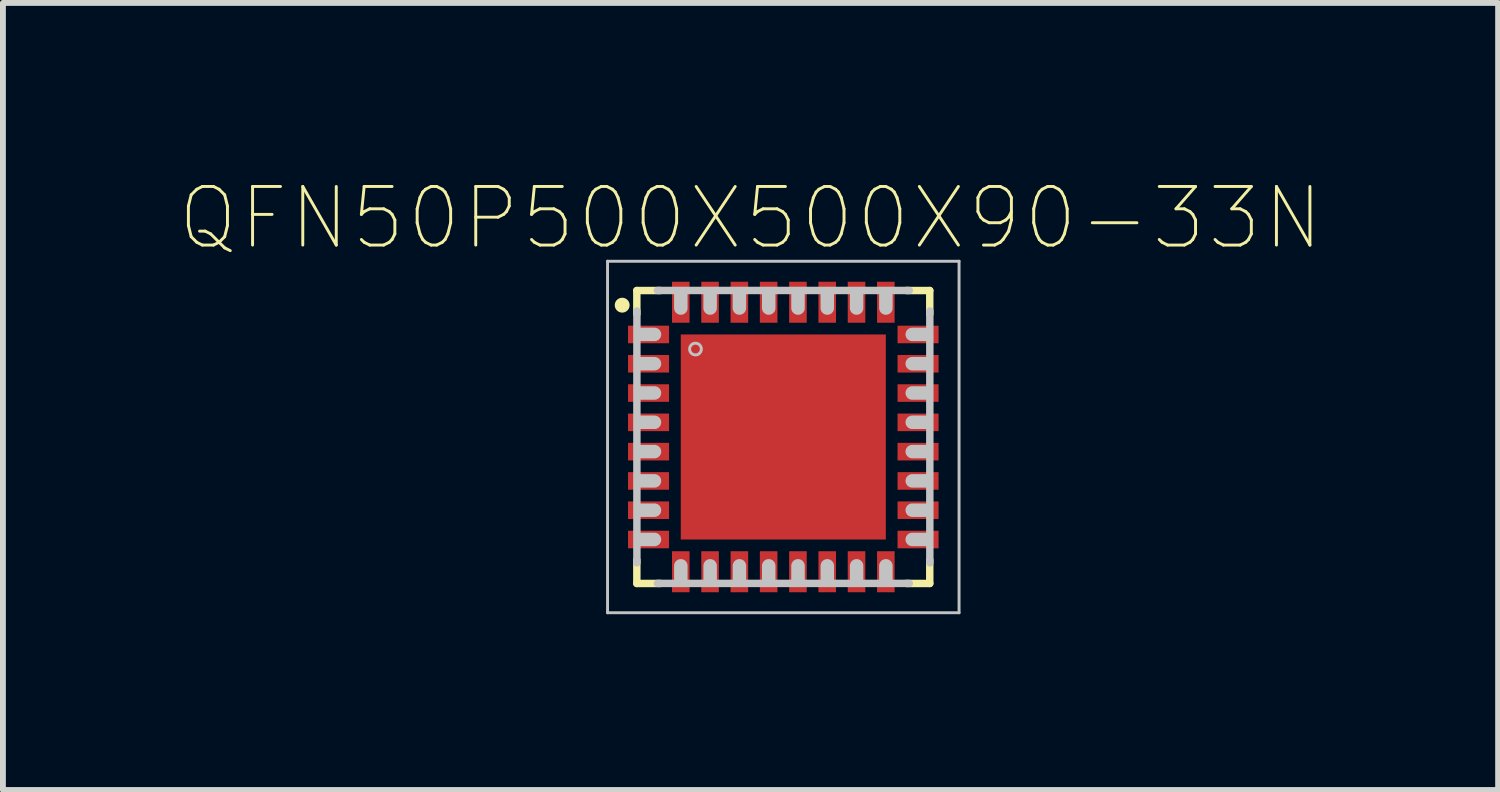
<source format=kicad_pcb>
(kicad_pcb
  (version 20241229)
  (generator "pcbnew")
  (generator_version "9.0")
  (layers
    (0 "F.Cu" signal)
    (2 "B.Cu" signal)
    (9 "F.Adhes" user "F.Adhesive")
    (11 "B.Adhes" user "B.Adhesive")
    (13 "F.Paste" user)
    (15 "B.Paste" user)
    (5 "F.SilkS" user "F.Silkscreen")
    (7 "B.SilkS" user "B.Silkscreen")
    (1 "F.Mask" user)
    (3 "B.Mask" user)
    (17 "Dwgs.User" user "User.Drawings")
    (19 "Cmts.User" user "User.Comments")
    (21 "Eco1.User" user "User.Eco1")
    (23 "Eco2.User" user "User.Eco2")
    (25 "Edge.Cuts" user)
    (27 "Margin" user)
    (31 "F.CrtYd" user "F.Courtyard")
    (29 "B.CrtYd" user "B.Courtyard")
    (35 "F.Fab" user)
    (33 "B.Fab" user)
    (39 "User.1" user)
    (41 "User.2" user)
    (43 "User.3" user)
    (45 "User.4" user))
  (footprint "QFN50P500X500X90-33N"
    (layer "F.Cu")
    (at 10.32 4.409)
    (property "Reference" "QFN50P500X500X90-33N" (at -0.559 -3.736 0) (layer "F.SilkS") (effects (font (size 1 1) (thickness 0.05))))
    (attr smd)
    (fp_line (start -2.099 -1.751) (end -2.499 -1.751) (stroke (width 0.4) (type solid)) (layer "F.Mask"))
    (fp_line (start -2.099 -1.251) (end -2.499 -1.251) (stroke (width 0.4) (type solid)) (layer "F.Mask"))
    (fp_line (start -2.099 -0.751) (end -2.499 -0.751) (stroke (width 0.4) (type solid)) (layer "F.Mask"))
    (fp_line (start -2.099 -0.251) (end -2.499 -0.251) (stroke (width 0.4) (type solid)) (layer "F.Mask"))
    (fp_line (start -2.099 0.249) (end -2.499 0.249) (stroke (width 0.4) (type solid)) (layer "F.Mask"))
    (fp_line (start -2.099 0.749) (end -2.499 0.749) (stroke (width 0.4) (type solid)) (layer "F.Mask"))
    (fp_line (start -2.099 1.249) (end -2.499 1.249) (stroke (width 0.4) (type solid)) (layer "F.Mask"))
    (fp_line (start -2.099 1.749) (end -2.499 1.749) (stroke (width 0.4) (type solid)) (layer "F.Mask"))
    (fp_line (start -1.749 -2.101) (end -1.749 -2.501) (stroke (width 0.4) (type solid)) (layer "F.Mask"))
    (fp_line (start -1.749 2.099) (end -1.749 2.499) (stroke (width 0.4) (type solid)) (layer "F.Mask"))
    (fp_line (start -1.249 -2.101) (end -1.249 -2.501) (stroke (width 0.4) (type solid)) (layer "F.Mask"))
    (fp_line (start -1.249 2.099) (end -1.249 2.499) (stroke (width 0.4) (type solid)) (layer "F.Mask"))
    (fp_line (start -0.749 -2.101) (end -0.749 -2.501) (stroke (width 0.4) (type solid)) (layer "F.Mask"))
    (fp_line (start -0.749 2.099) (end -0.749 2.499) (stroke (width 0.4) (type solid)) (layer "F.Mask"))
    (fp_line (start -0.249 -2.101) (end -0.249 -2.501) (stroke (width 0.4) (type solid)) (layer "F.Mask"))
    (fp_line (start -0.249 2.099) (end -0.249 2.499) (stroke (width 0.4) (type solid)) (layer "F.Mask"))
    (fp_line (start 0.251 -2.101) (end 0.251 -2.501) (stroke (width 0.4) (type solid)) (layer "F.Mask"))
    (fp_line (start 0.251 2.099) (end 0.251 2.499) (stroke (width 0.4) (type solid)) (layer "F.Mask"))
    (fp_line (start 0.751 -2.101) (end 0.751 -2.501) (stroke (width 0.4) (type solid)) (layer "F.Mask"))
    (fp_line (start 0.751 2.099) (end 0.751 2.499) (stroke (width 0.4) (type solid)) (layer "F.Mask"))
    (fp_line (start 1.251 -2.101) (end 1.251 -2.501) (stroke (width 0.4) (type solid)) (layer "F.Mask"))
    (fp_line (start 1.251 2.099) (end 1.251 2.499) (stroke (width 0.4) (type solid)) (layer "F.Mask"))
    (fp_line (start 1.751 -2.101) (end 1.751 -2.501) (stroke (width 0.4) (type solid)) (layer "F.Mask"))
    (fp_line (start 1.751 2.099) (end 1.751 2.499) (stroke (width 0.4) (type solid)) (layer "F.Mask"))
    (fp_line (start 2.101 -1.751) (end 2.501 -1.751) (stroke (width 0.4) (type solid)) (layer "F.Mask"))
    (fp_line (start 2.101 -1.251) (end 2.501 -1.251) (stroke (width 0.4) (type solid)) (layer "F.Mask"))
    (fp_line (start 2.101 -0.751) (end 2.501 -0.751) (stroke (width 0.4) (type solid)) (layer "F.Mask"))
    (fp_line (start 2.101 -0.251) (end 2.501 -0.251) (stroke (width 0.4) (type solid)) (layer "F.Mask"))
    (fp_line (start 2.101 0.249) (end 2.501 0.249) (stroke (width 0.4) (type solid)) (layer "F.Mask"))
    (fp_line (start 2.101 0.749) (end 2.501 0.749) (stroke (width 0.4) (type solid)) (layer "F.Mask"))
    (fp_line (start 2.101 1.249) (end 2.501 1.249) (stroke (width 0.4) (type solid)) (layer "F.Mask"))
    (fp_line (start 2.101 1.749) (end 2.501 1.749) (stroke (width 0.4) (type solid)) (layer "F.Mask"))
    (fp_line (start -2.5 -2.5) (end -2.5 -2.1) (stroke (width 0.127) (type solid)) (layer "F.SilkS"))
    (fp_line (start -2.5 2.1) (end -2.5 2.5) (stroke (width 0.127) (type solid)) (layer "F.SilkS"))
    (fp_line (start -2.5 2.5) (end -2.1 2.5) (stroke (width 0.127) (type solid)) (layer "F.SilkS"))
    (fp_line (start -2.1 -2.5) (end -2.5 -2.5) (stroke (width 0.127) (type solid)) (layer "F.SilkS"))
    (fp_line (start 2.1 -2.5) (end 2.5 -2.5) (stroke (width 0.127) (type solid)) (layer "F.SilkS"))
    (fp_line (start 2.1 2.5) (end 2.5 2.5) (stroke (width 0.127) (type solid)) (layer "F.SilkS"))
    (fp_line (start 2.5 -2.5) (end 2.5 -2.1) (stroke (width 0.127) (type solid)) (layer "F.SilkS"))
    (fp_line (start 2.5 2.5) (end 2.5 2.1) (stroke (width 0.127) (type solid)) (layer "F.SilkS"))
    (fp_circle (center -2.75 -2.25) (end -2.623 -2.25) (stroke (width 0) (type solid)) (fill yes) (layer "F.SilkS"))
    (fp_poly (pts (xy -1.1 -1.1) (xy 1.1 -1.1) (xy 1.1 1.1) (xy -1.1 1.1)) (stroke (width 0.381) (type solid)) (fill yes) (layer "F.Paste"))
    (fp_line (start -3 -3) (end 3 -3) (stroke (width 0.05) (type solid)) (layer "Dwgs.User"))
    (fp_line (start -3 3) (end -3 -3) (stroke (width 0.05) (type solid)) (layer "Dwgs.User"))
    (fp_line (start -2.499 2.149) (end -2.499 -2.151) (stroke (width 0.127) (type solid)) (layer "Dwgs.User"))
    (fp_line (start -2.199 -1.751) (end -2.424 -1.751) (stroke (width 0.23) (type solid)) (layer "Dwgs.User"))
    (fp_line (start -2.199 -1.251) (end -2.424 -1.251) (stroke (width 0.23) (type solid)) (layer "Dwgs.User"))
    (fp_line (start -2.199 -0.751) (end -2.424 -0.751) (stroke (width 0.23) (type solid)) (layer "Dwgs.User"))
    (fp_line (start -2.199 -0.251) (end -2.424 -0.251) (stroke (width 0.23) (type solid)) (layer "Dwgs.User"))
    (fp_line (start -2.199 0.249) (end -2.424 0.249) (stroke (width 0.23) (type solid)) (layer "Dwgs.User"))
    (fp_line (start -2.199 0.749) (end -2.424 0.749) (stroke (width 0.23) (type solid)) (layer "Dwgs.User"))
    (fp_line (start -2.199 1.249) (end -2.424 1.249) (stroke (width 0.23) (type solid)) (layer "Dwgs.User"))
    (fp_line (start -2.199 1.749) (end -2.424 1.749) (stroke (width 0.23) (type solid)) (layer "Dwgs.User"))
    (fp_line (start -2.149 -2.501) (end 2.151 -2.501) (stroke (width 0.127) (type solid)) (layer "Dwgs.User"))
    (fp_line (start -1.749 -2.201) (end -1.749 -2.426) (stroke (width 0.23) (type solid)) (layer "Dwgs.User"))
    (fp_line (start -1.749 2.199) (end -1.749 2.424) (stroke (width 0.23) (type solid)) (layer "Dwgs.User"))
    (fp_line (start -1.249 -2.201) (end -1.249 -2.426) (stroke (width 0.23) (type solid)) (layer "Dwgs.User"))
    (fp_line (start -1.249 2.199) (end -1.249 2.424) (stroke (width 0.23) (type solid)) (layer "Dwgs.User"))
    (fp_line (start -0.749 -2.201) (end -0.749 -2.426) (stroke (width 0.23) (type solid)) (layer "Dwgs.User"))
    (fp_line (start -0.749 2.199) (end -0.749 2.424) (stroke (width 0.23) (type solid)) (layer "Dwgs.User"))
    (fp_line (start -0.249 -2.201) (end -0.249 -2.426) (stroke (width 0.23) (type solid)) (layer "Dwgs.User"))
    (fp_line (start -0.249 2.199) (end -0.249 2.424) (stroke (width 0.23) (type solid)) (layer "Dwgs.User"))
    (fp_line (start 0.251 -2.201) (end 0.251 -2.426) (stroke (width 0.23) (type solid)) (layer "Dwgs.User"))
    (fp_line (start 0.251 2.199) (end 0.251 2.424) (stroke (width 0.23) (type solid)) (layer "Dwgs.User"))
    (fp_line (start 0.751 -2.201) (end 0.751 -2.426) (stroke (width 0.23) (type solid)) (layer "Dwgs.User"))
    (fp_line (start 0.751 2.199) (end 0.751 2.424) (stroke (width 0.23) (type solid)) (layer "Dwgs.User"))
    (fp_line (start 1.251 -2.201) (end 1.251 -2.426) (stroke (width 0.23) (type solid)) (layer "Dwgs.User"))
    (fp_line (start 1.251 2.199) (end 1.251 2.424) (stroke (width 0.23) (type solid)) (layer "Dwgs.User"))
    (fp_line (start 1.751 -2.201) (end 1.751 -2.426) (stroke (width 0.23) (type solid)) (layer "Dwgs.User"))
    (fp_line (start 1.751 2.199) (end 1.751 2.424) (stroke (width 0.23) (type solid)) (layer "Dwgs.User"))
    (fp_line (start 2.151 2.499) (end -2.149 2.499) (stroke (width 0.127) (type solid)) (layer "Dwgs.User"))
    (fp_line (start 2.201 -1.751) (end 2.426 -1.751) (stroke (width 0.23) (type solid)) (layer "Dwgs.User"))
    (fp_line (start 2.201 -1.251) (end 2.426 -1.251) (stroke (width 0.23) (type solid)) (layer "Dwgs.User"))
    (fp_line (start 2.201 -0.751) (end 2.426 -0.751) (stroke (width 0.23) (type solid)) (layer "Dwgs.User"))
    (fp_line (start 2.201 -0.251) (end 2.426 -0.251) (stroke (width 0.23) (type solid)) (layer "Dwgs.User"))
    (fp_line (start 2.201 0.249) (end 2.426 0.249) (stroke (width 0.23) (type solid)) (layer "Dwgs.User"))
    (fp_line (start 2.201 0.749) (end 2.426 0.749) (stroke (width 0.23) (type solid)) (layer "Dwgs.User"))
    (fp_line (start 2.201 1.249) (end 2.426 1.249) (stroke (width 0.23) (type solid)) (layer "Dwgs.User"))
    (fp_line (start 2.201 1.749) (end 2.426 1.749) (stroke (width 0.23) (type solid)) (layer "Dwgs.User"))
    (fp_line (start 2.501 -2.151) (end 2.501 2.149) (stroke (width 0.127) (type solid)) (layer "Dwgs.User"))
    (fp_line (start 3 -3) (end 3 3) (stroke (width 0.05) (type solid)) (layer "Dwgs.User"))
    (fp_line (start 3 3) (end -3 3) (stroke (width 0.05) (type solid)) (layer "Dwgs.User"))
    (fp_circle (center -1.499 -1.501) (end -1.399 -1.501) (stroke (width 0.05) (type solid)) (fill no) (layer "Dwgs.User"))
    (pad "1" smd rect (at -2.3 -1.75) (size 0.7 0.3) (layers "F.Cu" "F.Mask" "F.Paste"))
    (pad "2" smd rect (at -2.3 -1.25) (size 0.7 0.3) (layers "F.Cu" "F.Mask" "F.Paste"))
    (pad "3" smd rect (at -2.3 -0.75) (size 0.7 0.3) (layers "F.Cu" "F.Mask" "F.Paste"))
    (pad "4" smd rect (at -2.3 -0.25) (size 0.7 0.3) (layers "F.Cu" "F.Mask" "F.Paste"))
    (pad "5" smd rect (at -2.3 0.25) (size 0.7 0.3) (layers "F.Cu" "F.Mask" "F.Paste"))
    (pad "6" smd rect (at -2.3 0.75) (size 0.7 0.3) (layers "F.Cu" "F.Mask" "F.Paste"))
    (pad "7" smd rect (at -2.3 1.25) (size 0.7 0.3) (layers "F.Cu" "F.Mask" "F.Paste"))
    (pad "8" smd rect (at -2.3 1.75) (size 0.7 0.3) (layers "F.Cu" "F.Mask" "F.Paste"))
    (pad "9" smd rect (at -1.75 2.3 90) (size 0.7 0.3) (layers "F.Cu" "F.Mask" "F.Paste"))
    (pad "10" smd rect (at -1.25 2.3 90) (size 0.7 0.3) (layers "F.Cu" "F.Mask" "F.Paste"))
    (pad "11" smd rect (at -0.75 2.3 90) (size 0.7 0.3) (layers "F.Cu" "F.Mask" "F.Paste"))
    (pad "12" smd rect (at -0.25 2.3 90) (size 0.7 0.3) (layers "F.Cu" "F.Mask" "F.Paste"))
    (pad "13" smd rect (at 0.25 2.3 90) (size 0.7 0.3) (layers "F.Cu" "F.Mask" "F.Paste"))
    (pad "14" smd rect (at 0.75 2.3 90) (size 0.7 0.3) (layers "F.Cu" "F.Mask" "F.Paste"))
    (pad "15" smd rect (at 1.25 2.3 90) (size 0.7 0.3) (layers "F.Cu" "F.Mask" "F.Paste"))
    (pad "16" smd rect (at 1.75 2.3 90) (size 0.7 0.3) (layers "F.Cu" "F.Mask" "F.Paste"))
    (pad "17" smd rect (at 2.3 1.75 180) (size 0.7 0.3) (layers "F.Cu" "F.Mask" "F.Paste"))
    (pad "18" smd rect (at 2.3 1.25 180) (size 0.7 0.3) (layers "F.Cu" "F.Mask" "F.Paste"))
    (pad "19" smd rect (at 2.3 0.75 180) (size 0.7 0.3) (layers "F.Cu" "F.Mask" "F.Paste"))
    (pad "20" smd rect (at 2.3 0.25 180) (size 0.7 0.3) (layers "F.Cu" "F.Mask" "F.Paste"))
    (pad "21" smd rect (at 2.3 -0.25 180) (size 0.7 0.3) (layers "F.Cu" "F.Mask" "F.Paste"))
    (pad "22" smd rect (at 2.3 -0.75 180) (size 0.7 0.3) (layers "F.Cu" "F.Mask" "F.Paste"))
    (pad "23" smd rect (at 2.3 -1.25 180) (size 0.7 0.3) (layers "F.Cu" "F.Mask" "F.Paste"))
    (pad "24" smd rect (at 2.3 -1.75 180) (size 0.7 0.3) (layers "F.Cu" "F.Mask" "F.Paste"))
    (pad "25" smd rect (at 1.75 -2.3 270) (size 0.7 0.3) (layers "F.Cu" "F.Mask" "F.Paste"))
    (pad "26" smd rect (at 1.25 -2.3 270) (size 0.7 0.3) (layers "F.Cu" "F.Mask" "F.Paste"))
    (pad "27" smd rect (at 0.75 -2.3 270) (size 0.7 0.3) (layers "F.Cu" "F.Mask" "F.Paste"))
    (pad "28" smd rect (at 0.25 -2.3 270) (size 0.7 0.3) (layers "F.Cu" "F.Mask" "F.Paste"))
    (pad "29" smd rect (at -0.25 -2.3 270) (size 0.7 0.3) (layers "F.Cu" "F.Mask" "F.Paste"))
    (pad "30" smd rect (at -0.75 -2.3 270) (size 0.7 0.3) (layers "F.Cu" "F.Mask" "F.Paste"))
    (pad "31" smd rect (at -1.25 -2.3 270) (size 0.7 0.3) (layers "F.Cu" "F.Mask" "F.Paste"))
    (pad "32" smd rect (at -1.75 -2.3 270) (size 0.7 0.3) (layers "F.Cu" "F.Mask" "F.Paste"))
    (pad "33" smd rect (at 0 0) (size 3.5 3.5) (layers "F.Cu" "F.Mask" "F.Paste")))
  (gr_rect
    (start -3 -3)
    (end 22.521 10.434)
    (stroke (width 0.1) (type default))
    (fill no)
    (layer "Edge.Cuts")))
</source>
